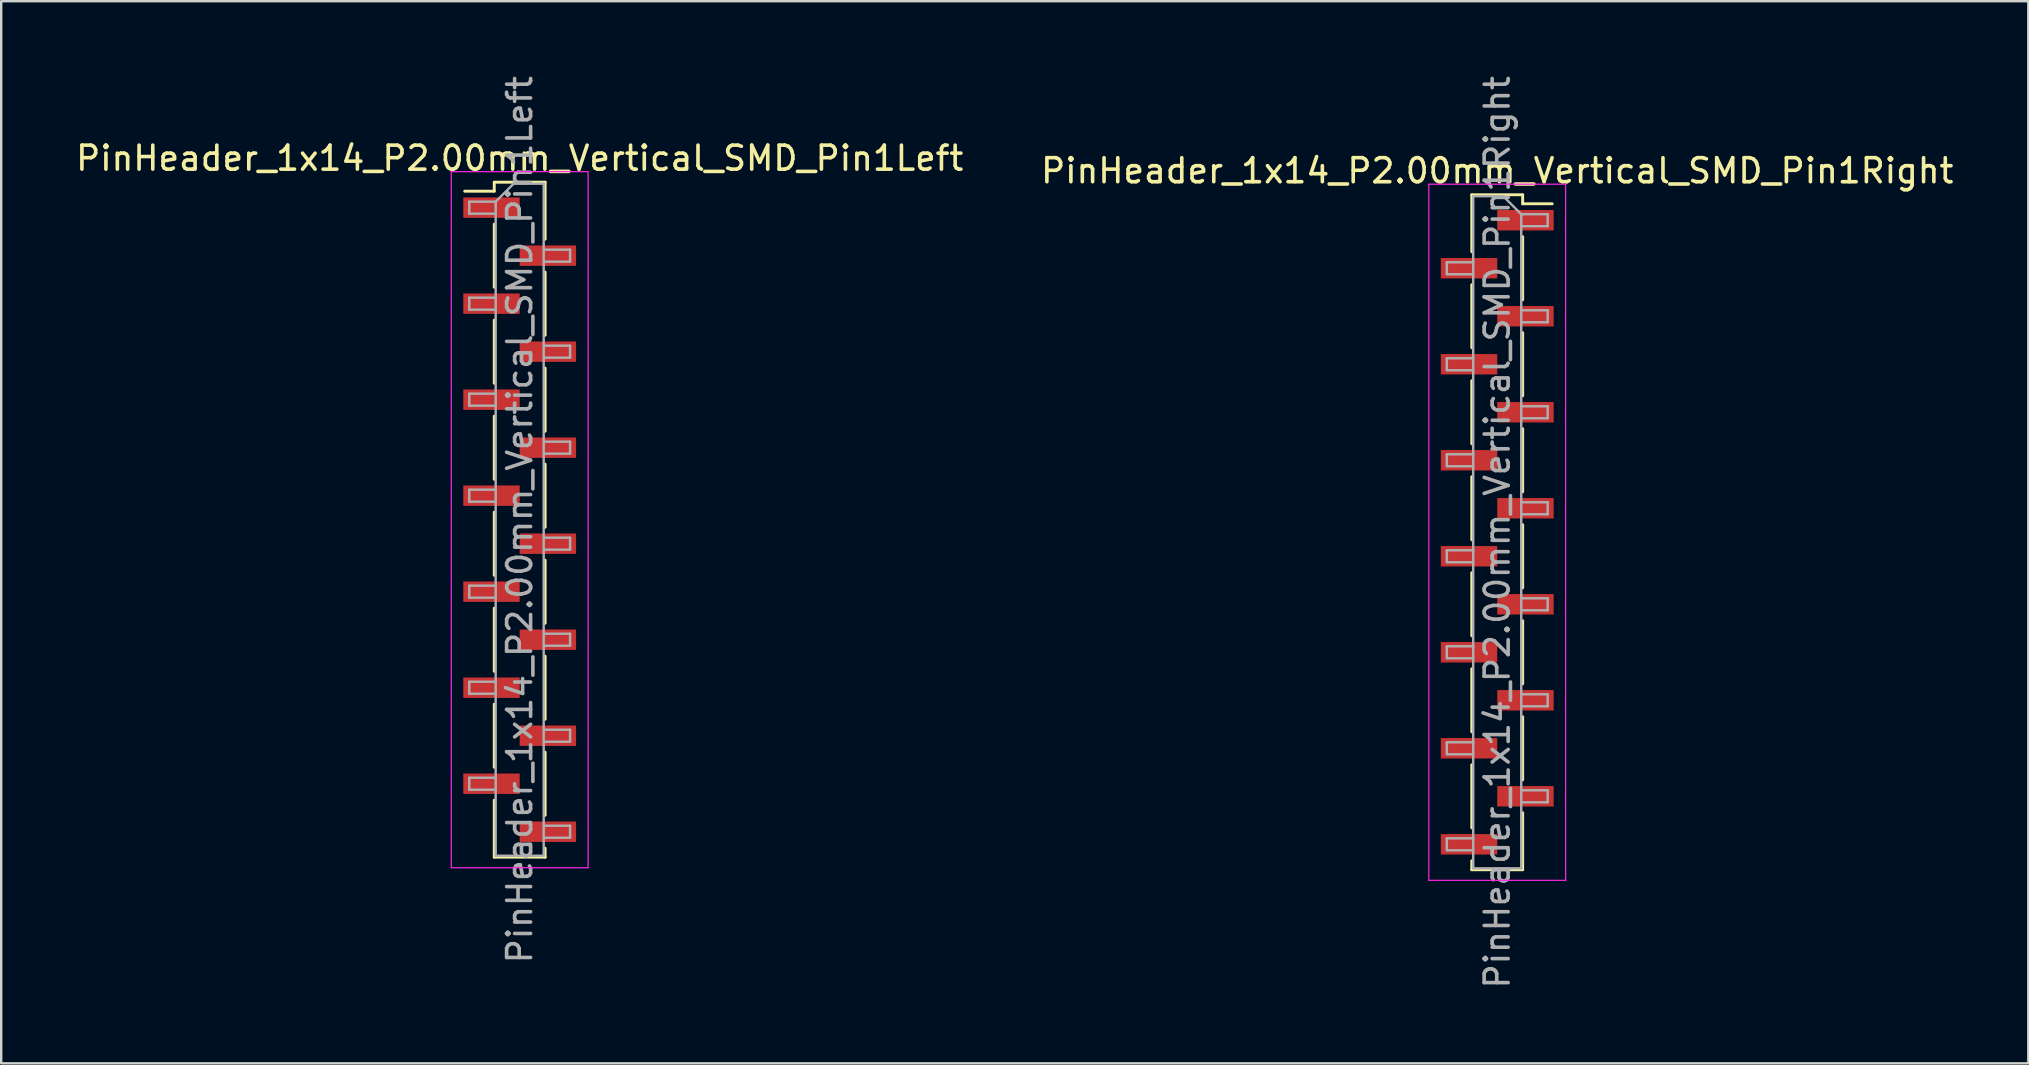
<source format=kicad_pcb>
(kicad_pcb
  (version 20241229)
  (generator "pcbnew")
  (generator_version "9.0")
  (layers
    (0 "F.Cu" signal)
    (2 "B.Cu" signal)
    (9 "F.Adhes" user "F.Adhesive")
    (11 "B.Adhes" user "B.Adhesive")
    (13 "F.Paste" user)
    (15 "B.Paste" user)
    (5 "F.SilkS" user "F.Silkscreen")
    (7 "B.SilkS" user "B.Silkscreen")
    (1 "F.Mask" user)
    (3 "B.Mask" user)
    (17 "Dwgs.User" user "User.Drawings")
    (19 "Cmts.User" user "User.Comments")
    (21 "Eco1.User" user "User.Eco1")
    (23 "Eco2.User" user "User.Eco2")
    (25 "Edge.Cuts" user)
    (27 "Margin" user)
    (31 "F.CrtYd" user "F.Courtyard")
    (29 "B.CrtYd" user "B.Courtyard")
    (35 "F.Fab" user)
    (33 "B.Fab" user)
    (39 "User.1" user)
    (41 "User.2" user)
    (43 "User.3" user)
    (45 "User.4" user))
  (footprint "PinHeader_1x14_P2.00mm_Vertical_SMD_Pin1Left"
    (layer "F.Cu")
    (at 18.601 18.601)
    (property "Reference" "PinHeader_1x14_P2.00mm_Vertical_SMD_Pin1Left" (at 0 -15.06 0) (layer "F.SilkS") (effects (font (size 1 1) (thickness 0.15))))
    (attr smd)
    (fp_line (start -1.06 -14.06) (end -1.06 -13.685) (stroke (width 0.12) (type solid)) (layer "F.SilkS"))
    (fp_line (start -1.06 -14.06) (end 1.06 -14.06) (stroke (width 0.12) (type solid)) (layer "F.SilkS"))
    (fp_line (start -1.06 -13.685) (end -2.29 -13.685) (stroke (width 0.12) (type solid)) (layer "F.SilkS"))
    (fp_line (start -1.06 -12.315) (end -1.06 -9.685) (stroke (width 0.12) (type solid)) (layer "F.SilkS"))
    (fp_line (start -1.06 -8.315) (end -1.06 -5.685) (stroke (width 0.12) (type solid)) (layer "F.SilkS"))
    (fp_line (start -1.06 -4.315) (end -1.06 -1.685) (stroke (width 0.12) (type solid)) (layer "F.SilkS"))
    (fp_line (start -1.06 -0.315) (end -1.06 2.315) (stroke (width 0.12) (type solid)) (layer "F.SilkS"))
    (fp_line (start -1.06 3.685) (end -1.06 6.315) (stroke (width 0.12) (type solid)) (layer "F.SilkS"))
    (fp_line (start -1.06 7.685) (end -1.06 10.315) (stroke (width 0.12) (type solid)) (layer "F.SilkS"))
    (fp_line (start -1.06 11.685) (end -1.06 14.06) (stroke (width 0.12) (type solid)) (layer "F.SilkS"))
    (fp_line (start -1.06 14.06) (end 1.06 14.06) (stroke (width 0.12) (type solid)) (layer "F.SilkS"))
    (fp_line (start 1.06 -14.06) (end 1.06 -11.685) (stroke (width 0.12) (type solid)) (layer "F.SilkS"))
    (fp_line (start 1.06 -10.315) (end 1.06 -7.685) (stroke (width 0.12) (type solid)) (layer "F.SilkS"))
    (fp_line (start 1.06 -6.315) (end 1.06 -3.685) (stroke (width 0.12) (type solid)) (layer "F.SilkS"))
    (fp_line (start 1.06 -2.315) (end 1.06 0.315) (stroke (width 0.12) (type solid)) (layer "F.SilkS"))
    (fp_line (start 1.06 1.685) (end 1.06 4.315) (stroke (width 0.12) (type solid)) (layer "F.SilkS"))
    (fp_line (start 1.06 5.685) (end 1.06 8.315) (stroke (width 0.12) (type solid)) (layer "F.SilkS"))
    (fp_line (start 1.06 9.685) (end 1.06 12.315) (stroke (width 0.12) (type solid)) (layer "F.SilkS"))
    (fp_line (start 1.06 13.685) (end 1.06 14.06) (stroke (width 0.12) (type solid)) (layer "F.SilkS"))
    (fp_line (start -2.85 -14.5) (end -2.85 14.5) (stroke (width 0.05) (type solid)) (layer "F.CrtYd"))
    (fp_line (start -2.85 14.5) (end 2.85 14.5) (stroke (width 0.05) (type solid)) (layer "F.CrtYd"))
    (fp_line (start 2.85 -14.5) (end -2.85 -14.5) (stroke (width 0.05) (type solid)) (layer "F.CrtYd"))
    (fp_line (start 2.85 14.5) (end 2.85 -14.5) (stroke (width 0.05) (type solid)) (layer "F.CrtYd"))
    (fp_line (start -2.1 -13.25) (end -2.1 -12.75) (stroke (width 0.1) (type solid)) (layer "F.Fab"))
    (fp_line (start -2.1 -12.75) (end -1 -12.75) (stroke (width 0.1) (type solid)) (layer "F.Fab"))
    (fp_line (start -2.1 -9.25) (end -2.1 -8.75) (stroke (width 0.1) (type solid)) (layer "F.Fab"))
    (fp_line (start -2.1 -8.75) (end -1 -8.75) (stroke (width 0.1) (type solid)) (layer "F.Fab"))
    (fp_line (start -2.1 -5.25) (end -2.1 -4.75) (stroke (width 0.1) (type solid)) (layer "F.Fab"))
    (fp_line (start -2.1 -4.75) (end -1 -4.75) (stroke (width 0.1) (type solid)) (layer "F.Fab"))
    (fp_line (start -2.1 -1.25) (end -2.1 -0.75) (stroke (width 0.1) (type solid)) (layer "F.Fab"))
    (fp_line (start -2.1 -0.75) (end -1 -0.75) (stroke (width 0.1) (type solid)) (layer "F.Fab"))
    (fp_line (start -2.1 2.75) (end -2.1 3.25) (stroke (width 0.1) (type solid)) (layer "F.Fab"))
    (fp_line (start -2.1 3.25) (end -1 3.25) (stroke (width 0.1) (type solid)) (layer "F.Fab"))
    (fp_line (start -2.1 6.75) (end -2.1 7.25) (stroke (width 0.1) (type solid)) (layer "F.Fab"))
    (fp_line (start -2.1 7.25) (end -1 7.25) (stroke (width 0.1) (type solid)) (layer "F.Fab"))
    (fp_line (start -2.1 10.75) (end -2.1 11.25) (stroke (width 0.1) (type solid)) (layer "F.Fab"))
    (fp_line (start -2.1 11.25) (end -1 11.25) (stroke (width 0.1) (type solid)) (layer "F.Fab"))
    (fp_line (start -1 -13.25) (end -2.1 -13.25) (stroke (width 0.1) (type solid)) (layer "F.Fab"))
    (fp_line (start -1 -13.25) (end -0.25 -14) (stroke (width 0.1) (type solid)) (layer "F.Fab"))
    (fp_line (start -1 -9.25) (end -2.1 -9.25) (stroke (width 0.1) (type solid)) (layer "F.Fab"))
    (fp_line (start -1 -5.25) (end -2.1 -5.25) (stroke (width 0.1) (type solid)) (layer "F.Fab"))
    (fp_line (start -1 -1.25) (end -2.1 -1.25) (stroke (width 0.1) (type solid)) (layer "F.Fab"))
    (fp_line (start -1 2.75) (end -2.1 2.75) (stroke (width 0.1) (type solid)) (layer "F.Fab"))
    (fp_line (start -1 6.75) (end -2.1 6.75) (stroke (width 0.1) (type solid)) (layer "F.Fab"))
    (fp_line (start -1 10.75) (end -2.1 10.75) (stroke (width 0.1) (type solid)) (layer "F.Fab"))
    (fp_line (start -1 14) (end -1 -13.25) (stroke (width 0.1) (type solid)) (layer "F.Fab"))
    (fp_line (start -0.25 -14) (end 1 -14) (stroke (width 0.1) (type solid)) (layer "F.Fab"))
    (fp_line (start 1 -14) (end 1 14) (stroke (width 0.1) (type solid)) (layer "F.Fab"))
    (fp_line (start 1 -11.25) (end 2.1 -11.25) (stroke (width 0.1) (type solid)) (layer "F.Fab"))
    (fp_line (start 1 -7.25) (end 2.1 -7.25) (stroke (width 0.1) (type solid)) (layer "F.Fab"))
    (fp_line (start 1 -3.25) (end 2.1 -3.25) (stroke (width 0.1) (type solid)) (layer "F.Fab"))
    (fp_line (start 1 0.75) (end 2.1 0.75) (stroke (width 0.1) (type solid)) (layer "F.Fab"))
    (fp_line (start 1 4.75) (end 2.1 4.75) (stroke (width 0.1) (type solid)) (layer "F.Fab"))
    (fp_line (start 1 8.75) (end 2.1 8.75) (stroke (width 0.1) (type solid)) (layer "F.Fab"))
    (fp_line (start 1 12.75) (end 2.1 12.75) (stroke (width 0.1) (type solid)) (layer "F.Fab"))
    (fp_line (start 1 14) (end -1 14) (stroke (width 0.1) (type solid)) (layer "F.Fab"))
    (fp_line (start 2.1 -11.25) (end 2.1 -10.75) (stroke (width 0.1) (type solid)) (layer "F.Fab"))
    (fp_line (start 2.1 -10.75) (end 1 -10.75) (stroke (width 0.1) (type solid)) (layer "F.Fab"))
    (fp_line (start 2.1 -7.25) (end 2.1 -6.75) (stroke (width 0.1) (type solid)) (layer "F.Fab"))
    (fp_line (start 2.1 -6.75) (end 1 -6.75) (stroke (width 0.1) (type solid)) (layer "F.Fab"))
    (fp_line (start 2.1 -3.25) (end 2.1 -2.75) (stroke (width 0.1) (type solid)) (layer "F.Fab"))
    (fp_line (start 2.1 -2.75) (end 1 -2.75) (stroke (width 0.1) (type solid)) (layer "F.Fab"))
    (fp_line (start 2.1 0.75) (end 2.1 1.25) (stroke (width 0.1) (type solid)) (layer "F.Fab"))
    (fp_line (start 2.1 1.25) (end 1 1.25) (stroke (width 0.1) (type solid)) (layer "F.Fab"))
    (fp_line (start 2.1 4.75) (end 2.1 5.25) (stroke (width 0.1) (type solid)) (layer "F.Fab"))
    (fp_line (start 2.1 5.25) (end 1 5.25) (stroke (width 0.1) (type solid)) (layer "F.Fab"))
    (fp_line (start 2.1 8.75) (end 2.1 9.25) (stroke (width 0.1) (type solid)) (layer "F.Fab"))
    (fp_line (start 2.1 9.25) (end 1 9.25) (stroke (width 0.1) (type solid)) (layer "F.Fab"))
    (fp_line (start 2.1 12.75) (end 2.1 13.25) (stroke (width 0.1) (type solid)) (layer "F.Fab"))
    (fp_line (start 2.1 13.25) (end 1 13.25) (stroke (width 0.1) (type solid)) (layer "F.Fab"))
    (fp_text user "${REFERENCE}" (at 0 0 90) (layer "F.Fab") (effects (font (size 1 1) (thickness 0.15))))
    (pad "1" smd rect (at -1.175 -13) (size 2.35 0.85) (layers "F.Cu" "F.Mask" "F.Paste"))
    (pad "2" smd rect (at 1.175 -11) (size 2.35 0.85) (layers "F.Cu" "F.Mask" "F.Paste"))
    (pad "3" smd rect (at -1.175 -9) (size 2.35 0.85) (layers "F.Cu" "F.Mask" "F.Paste"))
    (pad "4" smd rect (at 1.175 -7) (size 2.35 0.85) (layers "F.Cu" "F.Mask" "F.Paste"))
    (pad "5" smd rect (at -1.175 -5) (size 2.35 0.85) (layers "F.Cu" "F.Mask" "F.Paste"))
    (pad "6" smd rect (at 1.175 -3) (size 2.35 0.85) (layers "F.Cu" "F.Mask" "F.Paste"))
    (pad "7" smd rect (at -1.175 -1) (size 2.35 0.85) (layers "F.Cu" "F.Mask" "F.Paste"))
    (pad "8" smd rect (at 1.175 1) (size 2.35 0.85) (layers "F.Cu" "F.Mask" "F.Paste"))
    (pad "9" smd rect (at -1.175 3) (size 2.35 0.85) (layers "F.Cu" "F.Mask" "F.Paste"))
    (pad "10" smd rect (at 1.175 5) (size 2.35 0.85) (layers "F.Cu" "F.Mask" "F.Paste"))
    (pad "11" smd rect (at -1.175 7) (size 2.35 0.85) (layers "F.Cu" "F.Mask" "F.Paste"))
    (pad "12" smd rect (at 1.175 9) (size 2.35 0.85) (layers "F.Cu" "F.Mask" "F.Paste"))
    (pad "13" smd rect (at -1.175 11) (size 2.35 0.85) (layers "F.Cu" "F.Mask" "F.Paste"))
    (pad "14" smd rect (at 1.175 13) (size 2.35 0.85) (layers "F.Cu" "F.Mask" "F.Paste")))
  (footprint "PinHeader_1x14_P2.00mm_Vertical_SMD_Pin1Right"
    (layer "F.Cu")
    (at 59.327 19.125)
    (property "Reference" "PinHeader_1x14_P2.00mm_Vertical_SMD_Pin1Right" (at 0 -15.06 0) (layer "F.SilkS") (effects (font (size 1 1) (thickness 0.15))))
    (attr smd)
    (fp_line (start -1.06 -14.06) (end -1.06 -11.685) (stroke (width 0.12) (type solid)) (layer "F.SilkS"))
    (fp_line (start -1.06 -14.06) (end 1.06 -14.06) (stroke (width 0.12) (type solid)) (layer "F.SilkS"))
    (fp_line (start -1.06 -10.315) (end -1.06 -7.685) (stroke (width 0.12) (type solid)) (layer "F.SilkS"))
    (fp_line (start -1.06 -6.315) (end -1.06 -3.685) (stroke (width 0.12) (type solid)) (layer "F.SilkS"))
    (fp_line (start -1.06 -2.315) (end -1.06 0.315) (stroke (width 0.12) (type solid)) (layer "F.SilkS"))
    (fp_line (start -1.06 1.685) (end -1.06 4.315) (stroke (width 0.12) (type solid)) (layer "F.SilkS"))
    (fp_line (start -1.06 5.685) (end -1.06 8.315) (stroke (width 0.12) (type solid)) (layer "F.SilkS"))
    (fp_line (start -1.06 9.685) (end -1.06 12.315) (stroke (width 0.12) (type solid)) (layer "F.SilkS"))
    (fp_line (start -1.06 13.685) (end -1.06 14.06) (stroke (width 0.12) (type solid)) (layer "F.SilkS"))
    (fp_line (start -1.06 14.06) (end 1.06 14.06) (stroke (width 0.12) (type solid)) (layer "F.SilkS"))
    (fp_line (start 1.06 -14.06) (end 1.06 -13.685) (stroke (width 0.12) (type solid)) (layer "F.SilkS"))
    (fp_line (start 1.06 -13.685) (end 2.29 -13.685) (stroke (width 0.12) (type solid)) (layer "F.SilkS"))
    (fp_line (start 1.06 -12.315) (end 1.06 -9.685) (stroke (width 0.12) (type solid)) (layer "F.SilkS"))
    (fp_line (start 1.06 -8.315) (end 1.06 -5.685) (stroke (width 0.12) (type solid)) (layer "F.SilkS"))
    (fp_line (start 1.06 -4.315) (end 1.06 -1.685) (stroke (width 0.12) (type solid)) (layer "F.SilkS"))
    (fp_line (start 1.06 -0.315) (end 1.06 2.315) (stroke (width 0.12) (type solid)) (layer "F.SilkS"))
    (fp_line (start 1.06 3.685) (end 1.06 6.315) (stroke (width 0.12) (type solid)) (layer "F.SilkS"))
    (fp_line (start 1.06 7.685) (end 1.06 10.315) (stroke (width 0.12) (type solid)) (layer "F.SilkS"))
    (fp_line (start 1.06 11.685) (end 1.06 14.06) (stroke (width 0.12) (type solid)) (layer "F.SilkS"))
    (fp_line (start -2.85 -14.5) (end -2.85 14.5) (stroke (width 0.05) (type solid)) (layer "F.CrtYd"))
    (fp_line (start -2.85 14.5) (end 2.85 14.5) (stroke (width 0.05) (type solid)) (layer "F.CrtYd"))
    (fp_line (start 2.85 -14.5) (end -2.85 -14.5) (stroke (width 0.05) (type solid)) (layer "F.CrtYd"))
    (fp_line (start 2.85 14.5) (end 2.85 -14.5) (stroke (width 0.05) (type solid)) (layer "F.CrtYd"))
    (fp_line (start -2.1 -11.25) (end -2.1 -10.75) (stroke (width 0.1) (type solid)) (layer "F.Fab"))
    (fp_line (start -2.1 -10.75) (end -1 -10.75) (stroke (width 0.1) (type solid)) (layer "F.Fab"))
    (fp_line (start -2.1 -7.25) (end -2.1 -6.75) (stroke (width 0.1) (type solid)) (layer "F.Fab"))
    (fp_line (start -2.1 -6.75) (end -1 -6.75) (stroke (width 0.1) (type solid)) (layer "F.Fab"))
    (fp_line (start -2.1 -3.25) (end -2.1 -2.75) (stroke (width 0.1) (type solid)) (layer "F.Fab"))
    (fp_line (start -2.1 -2.75) (end -1 -2.75) (stroke (width 0.1) (type solid)) (layer "F.Fab"))
    (fp_line (start -2.1 0.75) (end -2.1 1.25) (stroke (width 0.1) (type solid)) (layer "F.Fab"))
    (fp_line (start -2.1 1.25) (end -1 1.25) (stroke (width 0.1) (type solid)) (layer "F.Fab"))
    (fp_line (start -2.1 4.75) (end -2.1 5.25) (stroke (width 0.1) (type solid)) (layer "F.Fab"))
    (fp_line (start -2.1 5.25) (end -1 5.25) (stroke (width 0.1) (type solid)) (layer "F.Fab"))
    (fp_line (start -2.1 8.75) (end -2.1 9.25) (stroke (width 0.1) (type solid)) (layer "F.Fab"))
    (fp_line (start -2.1 9.25) (end -1 9.25) (stroke (width 0.1) (type solid)) (layer "F.Fab"))
    (fp_line (start -2.1 12.75) (end -2.1 13.25) (stroke (width 0.1) (type solid)) (layer "F.Fab"))
    (fp_line (start -2.1 13.25) (end -1 13.25) (stroke (width 0.1) (type solid)) (layer "F.Fab"))
    (fp_line (start -1 -14) (end -1 14) (stroke (width 0.1) (type solid)) (layer "F.Fab"))
    (fp_line (start -1 -14) (end 0.25 -14) (stroke (width 0.1) (type solid)) (layer "F.Fab"))
    (fp_line (start -1 -11.25) (end -2.1 -11.25) (stroke (width 0.1) (type solid)) (layer "F.Fab"))
    (fp_line (start -1 -7.25) (end -2.1 -7.25) (stroke (width 0.1) (type solid)) (layer "F.Fab"))
    (fp_line (start -1 -3.25) (end -2.1 -3.25) (stroke (width 0.1) (type solid)) (layer "F.Fab"))
    (fp_line (start -1 0.75) (end -2.1 0.75) (stroke (width 0.1) (type solid)) (layer "F.Fab"))
    (fp_line (start -1 4.75) (end -2.1 4.75) (stroke (width 0.1) (type solid)) (layer "F.Fab"))
    (fp_line (start -1 8.75) (end -2.1 8.75) (stroke (width 0.1) (type solid)) (layer "F.Fab"))
    (fp_line (start -1 12.75) (end -2.1 12.75) (stroke (width 0.1) (type solid)) (layer "F.Fab"))
    (fp_line (start 1 -13.25) (end 0.25 -14) (stroke (width 0.1) (type solid)) (layer "F.Fab"))
    (fp_line (start 1 -13.25) (end 2.1 -13.25) (stroke (width 0.1) (type solid)) (layer "F.Fab"))
    (fp_line (start 1 -9.25) (end 2.1 -9.25) (stroke (width 0.1) (type solid)) (layer "F.Fab"))
    (fp_line (start 1 -5.25) (end 2.1 -5.25) (stroke (width 0.1) (type solid)) (layer "F.Fab"))
    (fp_line (start 1 -1.25) (end 2.1 -1.25) (stroke (width 0.1) (type solid)) (layer "F.Fab"))
    (fp_line (start 1 2.75) (end 2.1 2.75) (stroke (width 0.1) (type solid)) (layer "F.Fab"))
    (fp_line (start 1 6.75) (end 2.1 6.75) (stroke (width 0.1) (type solid)) (layer "F.Fab"))
    (fp_line (start 1 10.75) (end 2.1 10.75) (stroke (width 0.1) (type solid)) (layer "F.Fab"))
    (fp_line (start 1 14) (end -1 14) (stroke (width 0.1) (type solid)) (layer "F.Fab"))
    (fp_line (start 1 14) (end 1 -13.25) (stroke (width 0.1) (type solid)) (layer "F.Fab"))
    (fp_line (start 2.1 -13.25) (end 2.1 -12.75) (stroke (width 0.1) (type solid)) (layer "F.Fab"))
    (fp_line (start 2.1 -12.75) (end 1 -12.75) (stroke (width 0.1) (type solid)) (layer "F.Fab"))
    (fp_line (start 2.1 -9.25) (end 2.1 -8.75) (stroke (width 0.1) (type solid)) (layer "F.Fab"))
    (fp_line (start 2.1 -8.75) (end 1 -8.75) (stroke (width 0.1) (type solid)) (layer "F.Fab"))
    (fp_line (start 2.1 -5.25) (end 2.1 -4.75) (stroke (width 0.1) (type solid)) (layer "F.Fab"))
    (fp_line (start 2.1 -4.75) (end 1 -4.75) (stroke (width 0.1) (type solid)) (layer "F.Fab"))
    (fp_line (start 2.1 -1.25) (end 2.1 -0.75) (stroke (width 0.1) (type solid)) (layer "F.Fab"))
    (fp_line (start 2.1 -0.75) (end 1 -0.75) (stroke (width 0.1) (type solid)) (layer "F.Fab"))
    (fp_line (start 2.1 2.75) (end 2.1 3.25) (stroke (width 0.1) (type solid)) (layer "F.Fab"))
    (fp_line (start 2.1 3.25) (end 1 3.25) (stroke (width 0.1) (type solid)) (layer "F.Fab"))
    (fp_line (start 2.1 6.75) (end 2.1 7.25) (stroke (width 0.1) (type solid)) (layer "F.Fab"))
    (fp_line (start 2.1 7.25) (end 1 7.25) (stroke (width 0.1) (type solid)) (layer "F.Fab"))
    (fp_line (start 2.1 10.75) (end 2.1 11.25) (stroke (width 0.1) (type solid)) (layer "F.Fab"))
    (fp_line (start 2.1 11.25) (end 1 11.25) (stroke (width 0.1) (type solid)) (layer "F.Fab"))
    (fp_text user "${REFERENCE}" (at 0 0 90) (layer "F.Fab") (effects (font (size 1 1) (thickness 0.15))))
    (pad "1" smd rect (at 1.175 -13) (size 2.35 0.85) (layers "F.Cu" "F.Mask" "F.Paste"))
    (pad "2" smd rect (at -1.175 -11) (size 2.35 0.85) (layers "F.Cu" "F.Mask" "F.Paste"))
    (pad "3" smd rect (at 1.175 -9) (size 2.35 0.85) (layers "F.Cu" "F.Mask" "F.Paste"))
    (pad "4" smd rect (at -1.175 -7) (size 2.35 0.85) (layers "F.Cu" "F.Mask" "F.Paste"))
    (pad "5" smd rect (at 1.175 -5) (size 2.35 0.85) (layers "F.Cu" "F.Mask" "F.Paste"))
    (pad "6" smd rect (at -1.175 -3) (size 2.35 0.85) (layers "F.Cu" "F.Mask" "F.Paste"))
    (pad "7" smd rect (at 1.175 -1) (size 2.35 0.85) (layers "F.Cu" "F.Mask" "F.Paste"))
    (pad "8" smd rect (at -1.175 1) (size 2.35 0.85) (layers "F.Cu" "F.Mask" "F.Paste"))
    (pad "9" smd rect (at 1.175 3) (size 2.35 0.85) (layers "F.Cu" "F.Mask" "F.Paste"))
    (pad "10" smd rect (at -1.175 5) (size 2.35 0.85) (layers "F.Cu" "F.Mask" "F.Paste"))
    (pad "11" smd rect (at 1.175 7) (size 2.35 0.85) (layers "F.Cu" "F.Mask" "F.Paste"))
    (pad "12" smd rect (at -1.175 9) (size 2.35 0.85) (layers "F.Cu" "F.Mask" "F.Paste"))
    (pad "13" smd rect (at 1.175 11) (size 2.35 0.85) (layers "F.Cu" "F.Mask" "F.Paste"))
    (pad "14" smd rect (at -1.175 13) (size 2.35 0.85) (layers "F.Cu" "F.Mask" "F.Paste")))
  (gr_rect
    (start -3 -3)
    (end 81.452 41.25)
    (stroke (width 0.1) (type default))
    (fill no)
    (layer "Edge.Cuts")))
</source>
